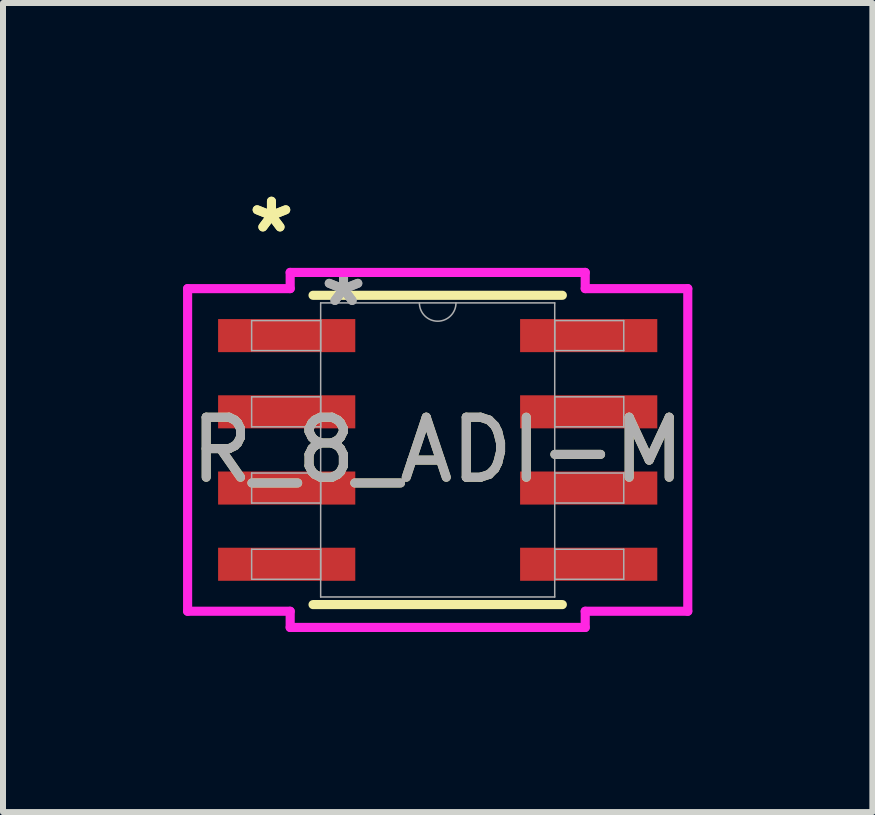
<source format=kicad_pcb>
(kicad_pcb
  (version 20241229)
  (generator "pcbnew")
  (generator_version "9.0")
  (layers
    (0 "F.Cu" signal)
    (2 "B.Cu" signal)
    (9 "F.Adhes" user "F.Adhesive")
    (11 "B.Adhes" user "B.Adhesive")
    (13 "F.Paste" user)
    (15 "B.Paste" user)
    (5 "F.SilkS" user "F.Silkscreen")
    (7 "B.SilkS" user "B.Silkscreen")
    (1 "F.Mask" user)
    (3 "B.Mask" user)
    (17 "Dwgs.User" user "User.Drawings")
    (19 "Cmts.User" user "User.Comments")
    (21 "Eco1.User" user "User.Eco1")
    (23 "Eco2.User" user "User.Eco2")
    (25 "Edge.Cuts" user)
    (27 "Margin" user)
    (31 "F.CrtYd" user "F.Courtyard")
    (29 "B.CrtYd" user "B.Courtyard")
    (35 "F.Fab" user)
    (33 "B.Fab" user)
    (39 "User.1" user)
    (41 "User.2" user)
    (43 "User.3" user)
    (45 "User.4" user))
  (footprint "R_8_ADI-M"
    (layer "F.Cu")
    (at 4.243 4.447)
    (property "Reference" "R_8_ADI-M" (at 0 0 0) (unlocked yes) (layer "F.SilkS") (effects (font (size 1 1) (thickness 0.15))))
    (attr smd)
    (fp_line (start -2.077 2.577) (end 2.077 2.577) (stroke (width 0.152) (type solid)) (layer "F.SilkS"))
    (fp_line (start 2.077 -2.577) (end -2.077 -2.577) (stroke (width 0.152) (type solid)) (layer "F.SilkS"))
    (fp_line (start -4.167 -2.688) (end -2.458 -2.688) (stroke (width 0.152) (type solid)) (layer "F.CrtYd"))
    (fp_line (start -4.167 2.688) (end -4.167 -2.688) (stroke (width 0.152) (type solid)) (layer "F.CrtYd"))
    (fp_line (start -4.167 2.688) (end -2.458 2.688) (stroke (width 0.152) (type solid)) (layer "F.CrtYd"))
    (fp_line (start -2.458 -2.958) (end 2.458 -2.958) (stroke (width 0.152) (type solid)) (layer "F.CrtYd"))
    (fp_line (start -2.458 -2.688) (end -2.458 -2.958) (stroke (width 0.152) (type solid)) (layer "F.CrtYd"))
    (fp_line (start -2.458 2.958) (end -2.458 2.688) (stroke (width 0.152) (type solid)) (layer "F.CrtYd"))
    (fp_line (start 2.458 -2.958) (end 2.458 -2.688) (stroke (width 0.152) (type solid)) (layer "F.CrtYd"))
    (fp_line (start 2.458 2.688) (end 2.458 2.958) (stroke (width 0.152) (type solid)) (layer "F.CrtYd"))
    (fp_line (start 2.458 2.958) (end -2.458 2.958) (stroke (width 0.152) (type solid)) (layer "F.CrtYd"))
    (fp_line (start 4.167 -2.688) (end 2.458 -2.688) (stroke (width 0.152) (type solid)) (layer "F.CrtYd"))
    (fp_line (start 4.167 -2.688) (end 4.167 2.688) (stroke (width 0.152) (type solid)) (layer "F.CrtYd"))
    (fp_line (start 4.167 2.688) (end 2.458 2.688) (stroke (width 0.152) (type solid)) (layer "F.CrtYd"))
    (fp_line (start -3.1 -2.155) (end -3.1 -1.655) (stroke (width 0.025) (type solid)) (layer "F.Fab"))
    (fp_line (start -3.1 -1.655) (end -1.95 -1.655) (stroke (width 0.025) (type solid)) (layer "F.Fab"))
    (fp_line (start -3.1 -0.885) (end -3.1 -0.385) (stroke (width 0.025) (type solid)) (layer "F.Fab"))
    (fp_line (start -3.1 -0.385) (end -1.95 -0.385) (stroke (width 0.025) (type solid)) (layer "F.Fab"))
    (fp_line (start -3.1 0.385) (end -3.1 0.885) (stroke (width 0.025) (type solid)) (layer "F.Fab"))
    (fp_line (start -3.1 0.885) (end -1.95 0.885) (stroke (width 0.025) (type solid)) (layer "F.Fab"))
    (fp_line (start -3.1 1.655) (end -3.1 2.155) (stroke (width 0.025) (type solid)) (layer "F.Fab"))
    (fp_line (start -3.1 2.155) (end -1.95 2.155) (stroke (width 0.025) (type solid)) (layer "F.Fab"))
    (fp_line (start -1.95 -2.45) (end -1.95 2.45) (stroke (width 0.025) (type solid)) (layer "F.Fab"))
    (fp_line (start -1.95 -2.155) (end -3.1 -2.155) (stroke (width 0.025) (type solid)) (layer "F.Fab"))
    (fp_line (start -1.95 -1.655) (end -1.95 -2.155) (stroke (width 0.025) (type solid)) (layer "F.Fab"))
    (fp_line (start -1.95 -0.885) (end -3.1 -0.885) (stroke (width 0.025) (type solid)) (layer "F.Fab"))
    (fp_line (start -1.95 -0.385) (end -1.95 -0.885) (stroke (width 0.025) (type solid)) (layer "F.Fab"))
    (fp_line (start -1.95 0.385) (end -3.1 0.385) (stroke (width 0.025) (type solid)) (layer "F.Fab"))
    (fp_line (start -1.95 0.885) (end -1.95 0.385) (stroke (width 0.025) (type solid)) (layer "F.Fab"))
    (fp_line (start -1.95 1.655) (end -3.1 1.655) (stroke (width 0.025) (type solid)) (layer "F.Fab"))
    (fp_line (start -1.95 2.155) (end -1.95 1.655) (stroke (width 0.025) (type solid)) (layer "F.Fab"))
    (fp_line (start -1.95 2.45) (end 1.95 2.45) (stroke (width 0.025) (type solid)) (layer "F.Fab"))
    (fp_line (start 1.95 -2.45) (end -1.95 -2.45) (stroke (width 0.025) (type solid)) (layer "F.Fab"))
    (fp_line (start 1.95 -2.155) (end 1.95 -1.655) (stroke (width 0.025) (type solid)) (layer "F.Fab"))
    (fp_line (start 1.95 -1.655) (end 3.1 -1.655) (stroke (width 0.025) (type solid)) (layer "F.Fab"))
    (fp_line (start 1.95 -0.885) (end 1.95 -0.385) (stroke (width 0.025) (type solid)) (layer "F.Fab"))
    (fp_line (start 1.95 -0.385) (end 3.1 -0.385) (stroke (width 0.025) (type solid)) (layer "F.Fab"))
    (fp_line (start 1.95 0.385) (end 1.95 0.885) (stroke (width 0.025) (type solid)) (layer "F.Fab"))
    (fp_line (start 1.95 0.885) (end 3.1 0.885) (stroke (width 0.025) (type solid)) (layer "F.Fab"))
    (fp_line (start 1.95 1.655) (end 1.95 2.155) (stroke (width 0.025) (type solid)) (layer "F.Fab"))
    (fp_line (start 1.95 2.155) (end 3.1 2.155) (stroke (width 0.025) (type solid)) (layer "F.Fab"))
    (fp_line (start 1.95 2.45) (end 1.95 -2.45) (stroke (width 0.025) (type solid)) (layer "F.Fab"))
    (fp_line (start 3.1 -2.155) (end 1.95 -2.155) (stroke (width 0.025) (type solid)) (layer "F.Fab"))
    (fp_line (start 3.1 -1.655) (end 3.1 -2.155) (stroke (width 0.025) (type solid)) (layer "F.Fab"))
    (fp_line (start 3.1 -0.885) (end 1.95 -0.885) (stroke (width 0.025) (type solid)) (layer "F.Fab"))
    (fp_line (start 3.1 -0.385) (end 3.1 -0.885) (stroke (width 0.025) (type solid)) (layer "F.Fab"))
    (fp_line (start 3.1 0.385) (end 1.95 0.385) (stroke (width 0.025) (type solid)) (layer "F.Fab"))
    (fp_line (start 3.1 0.885) (end 3.1 0.385) (stroke (width 0.025) (type solid)) (layer "F.Fab"))
    (fp_line (start 3.1 1.655) (end 1.95 1.655) (stroke (width 0.025) (type solid)) (layer "F.Fab"))
    (fp_line (start 3.1 2.155) (end 3.1 1.655) (stroke (width 0.025) (type solid)) (layer "F.Fab"))
    (fp_arc (start 0.3048 -2.45) (mid 0 -2.1452) (end -0.3048 -2.45) (stroke (width 0.0254) (type solid)) (layer "F.Fab"))
    (fp_text user "*" (at -2.77 -3.599 0) (layer "F.SilkS") (effects (font (size 1 1) (thickness 0.15))))
    (fp_text user "*" (at -2.77 -3.599 0) (unlocked yes) (layer "F.SilkS") (effects (font (size 1 1) (thickness 0.15))))
    (fp_text user "*" (at -1.569 -2.374 0) (unlocked yes) (layer "F.Fab") (effects (font (size 1 1) (thickness 0.15))))
    (fp_text user "*" (at -1.569 -2.374 0) (layer "F.Fab") (effects (font (size 1 1) (thickness 0.15))))
    (fp_text user "${REFERENCE}" (at 0 0 0) (unlocked yes) (layer "F.Fab") (effects (font (size 1 1) (thickness 0.15))))
    (pad "1" smd rect (at -2.516 -1.905) (size 2.286 0.551) (layers "F.Cu" "F.Mask" "F.Paste"))
    (pad "2" smd rect (at -2.516 -0.635) (size 2.286 0.551) (layers "F.Cu" "F.Mask" "F.Paste"))
    (pad "3" smd rect (at -2.516 0.635) (size 2.286 0.551) (layers "F.Cu" "F.Mask" "F.Paste"))
    (pad "4" smd rect (at -2.516 1.905) (size 2.286 0.551) (layers "F.Cu" "F.Mask" "F.Paste"))
    (pad "5" smd rect (at 2.516 1.905) (size 2.286 0.551) (layers "F.Cu" "F.Mask" "F.Paste"))
    (pad "6" smd rect (at 2.516 0.635) (size 2.286 0.551) (layers "F.Cu" "F.Mask" "F.Paste"))
    (pad "7" smd rect (at 2.516 -0.635) (size 2.286 0.551) (layers "F.Cu" "F.Mask" "F.Paste"))
    (pad "8" smd rect (at 2.516 -1.905) (size 2.286 0.551) (layers "F.Cu" "F.Mask" "F.Paste")))
  (gr_rect
    (start -3 -3)
    (end 11.486 10.481)
    (stroke (width 0.1) (type default))
    (fill no)
    (layer "Edge.Cuts")))
</source>
